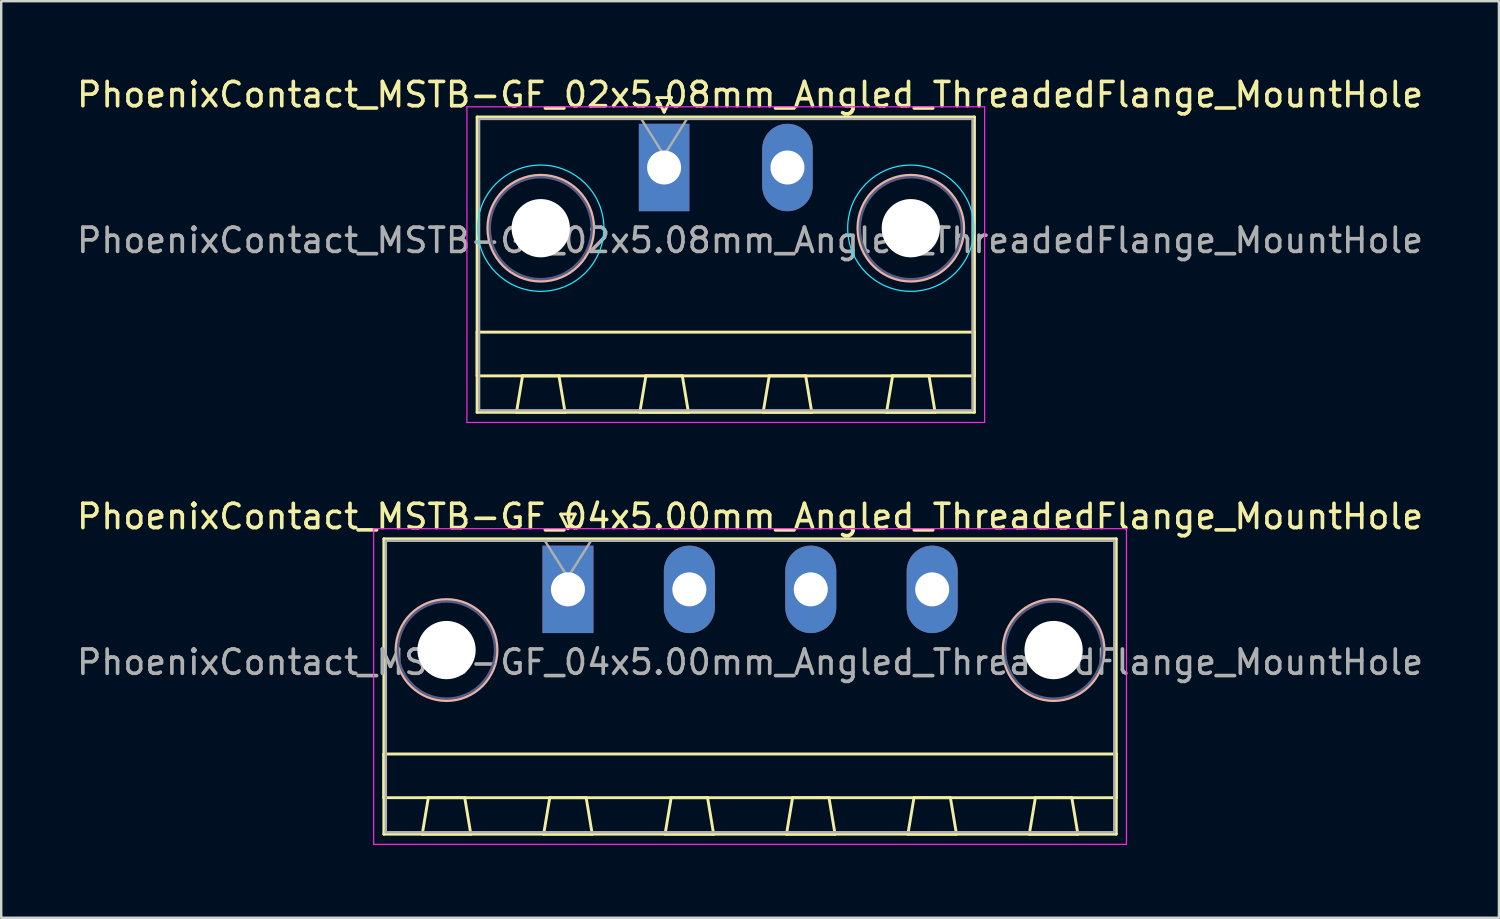
<source format=kicad_pcb>
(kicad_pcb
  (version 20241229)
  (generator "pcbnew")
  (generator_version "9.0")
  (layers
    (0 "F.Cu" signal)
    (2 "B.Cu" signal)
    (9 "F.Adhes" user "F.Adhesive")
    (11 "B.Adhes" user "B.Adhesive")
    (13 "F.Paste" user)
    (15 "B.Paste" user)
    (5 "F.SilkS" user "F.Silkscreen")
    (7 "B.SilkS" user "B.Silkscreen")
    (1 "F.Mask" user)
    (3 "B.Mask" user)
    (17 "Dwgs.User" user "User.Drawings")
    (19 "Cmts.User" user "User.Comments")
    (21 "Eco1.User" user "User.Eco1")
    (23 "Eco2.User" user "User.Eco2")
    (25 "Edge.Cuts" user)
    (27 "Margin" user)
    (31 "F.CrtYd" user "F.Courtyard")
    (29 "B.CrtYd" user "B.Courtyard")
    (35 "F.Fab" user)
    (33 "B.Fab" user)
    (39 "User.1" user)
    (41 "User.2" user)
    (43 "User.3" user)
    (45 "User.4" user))
  (footprint "PhoenixContact_MSTB-GF_02x5.08mm_Angled_ThreadedFlange_MountHole"
    (layer "F.Cu")
    (at 24.299 3.848)
    (property "Reference" "PhoenixContact_MSTB-GF_02x5.08mm_Angled_ThreadedFlange_MountHole" (at 3.54 -3 0) (layer "F.SilkS") (effects (font (size 1 1) (thickness 0.15))))
    (attr through_hole)
    (fp_line (start -7.7 -2.08) (end -7.7 10.08) (stroke (width 0.12) (type solid)) (layer "F.SilkS"))
    (fp_line (start -7.7 6.78) (end 12.78 6.78) (stroke (width 0.12) (type solid)) (layer "F.SilkS"))
    (fp_line (start -7.7 8.58) (end -7.7 6.78) (stroke (width 0.12) (type solid)) (layer "F.SilkS"))
    (fp_line (start -7.7 10.08) (end 12.78 10.08) (stroke (width 0.12) (type solid)) (layer "F.SilkS"))
    (fp_line (start -6.08 10.08) (end -4.08 10.08) (stroke (width 0.12) (type solid)) (layer "F.SilkS"))
    (fp_line (start -5.83 8.58) (end -6.08 10.08) (stroke (width 0.12) (type solid)) (layer "F.SilkS"))
    (fp_line (start -4.33 8.58) (end -5.83 8.58) (stroke (width 0.12) (type solid)) (layer "F.SilkS"))
    (fp_line (start -4.08 10.08) (end -4.33 8.58) (stroke (width 0.12) (type solid)) (layer "F.SilkS"))
    (fp_line (start -1 10.08) (end 1 10.08) (stroke (width 0.12) (type solid)) (layer "F.SilkS"))
    (fp_line (start -0.75 8.58) (end -1 10.08) (stroke (width 0.12) (type solid)) (layer "F.SilkS"))
    (fp_line (start -0.3 -2.88) (end 0.3 -2.88) (stroke (width 0.12) (type solid)) (layer "F.SilkS"))
    (fp_line (start 0 -2.28) (end -0.3 -2.88) (stroke (width 0.12) (type solid)) (layer "F.SilkS"))
    (fp_line (start 0.3 -2.88) (end 0 -2.28) (stroke (width 0.12) (type solid)) (layer "F.SilkS"))
    (fp_line (start 0.75 8.58) (end -0.75 8.58) (stroke (width 0.12) (type solid)) (layer "F.SilkS"))
    (fp_line (start 1 10.08) (end 0.75 8.58) (stroke (width 0.12) (type solid)) (layer "F.SilkS"))
    (fp_line (start 4.08 10.08) (end 6.08 10.08) (stroke (width 0.12) (type solid)) (layer "F.SilkS"))
    (fp_line (start 4.33 8.58) (end 4.08 10.08) (stroke (width 0.12) (type solid)) (layer "F.SilkS"))
    (fp_line (start 5.83 8.58) (end 4.33 8.58) (stroke (width 0.12) (type solid)) (layer "F.SilkS"))
    (fp_line (start 6.08 10.08) (end 5.83 8.58) (stroke (width 0.12) (type solid)) (layer "F.SilkS"))
    (fp_line (start 9.16 10.08) (end 11.16 10.08) (stroke (width 0.12) (type solid)) (layer "F.SilkS"))
    (fp_line (start 9.41 8.58) (end 9.16 10.08) (stroke (width 0.12) (type solid)) (layer "F.SilkS"))
    (fp_line (start 10.91 8.58) (end 9.41 8.58) (stroke (width 0.12) (type solid)) (layer "F.SilkS"))
    (fp_line (start 11.16 10.08) (end 10.91 8.58) (stroke (width 0.12) (type solid)) (layer "F.SilkS"))
    (fp_line (start 12.78 -2.08) (end -7.7 -2.08) (stroke (width 0.12) (type solid)) (layer "F.SilkS"))
    (fp_line (start 12.78 6.78) (end 12.78 8.58) (stroke (width 0.12) (type solid)) (layer "F.SilkS"))
    (fp_line (start 12.78 8.58) (end -7.7 8.58) (stroke (width 0.12) (type solid)) (layer "F.SilkS"))
    (fp_line (start 12.78 10.08) (end 12.78 -2.08) (stroke (width 0.12) (type solid)) (layer "F.SilkS"))
    (fp_circle (center -5.08 2.5) (end -2.9 2.5) (stroke (width 0.12) (type solid)) (fill no) (layer "B.SilkS"))
    (fp_circle (center 10.16 2.5) (end 12.34 2.5) (stroke (width 0.12) (type solid)) (fill no) (layer "B.SilkS"))
    (fp_circle (center -5.08 2.5) (end -2.48 2.5) (stroke (width 0.05) (type solid)) (fill no) (layer "B.CrtYd"))
    (fp_circle (center 10.16 2.5) (end 12.76 2.5) (stroke (width 0.05) (type solid)) (fill no) (layer "B.CrtYd"))
    (fp_line (start -8.12 -2.5) (end -8.12 10.5) (stroke (width 0.05) (type solid)) (layer "F.CrtYd"))
    (fp_line (start -8.12 10.5) (end 13.2 10.5) (stroke (width 0.05) (type solid)) (layer "F.CrtYd"))
    (fp_line (start 13.2 -2.5) (end -8.12 -2.5) (stroke (width 0.05) (type solid)) (layer "F.CrtYd"))
    (fp_line (start 13.2 10.5) (end 13.2 -2.5) (stroke (width 0.05) (type solid)) (layer "F.CrtYd"))
    (fp_circle (center -5.08 2.5) (end -2.98 2.5) (stroke (width 0.1) (type solid)) (fill no) (layer "B.Fab"))
    (fp_circle (center 10.16 2.5) (end 12.26 2.5) (stroke (width 0.1) (type solid)) (fill no) (layer "B.Fab"))
    (fp_line (start -7.62 -2) (end -7.62 10) (stroke (width 0.1) (type solid)) (layer "F.Fab"))
    (fp_line (start -7.62 10) (end 12.7 10) (stroke (width 0.1) (type solid)) (layer "F.Fab"))
    (fp_line (start 0 -0.5) (end -0.94 -2) (stroke (width 0.1) (type solid)) (layer "F.Fab"))
    (fp_line (start 0.94 -2) (end 0 -0.5) (stroke (width 0.1) (type solid)) (layer "F.Fab"))
    (fp_line (start 12.7 -2) (end -7.62 -2) (stroke (width 0.1) (type solid)) (layer "F.Fab"))
    (fp_line (start 12.7 10) (end 12.7 -2) (stroke (width 0.1) (type solid)) (layer "F.Fab"))
    (fp_text user "${REFERENCE}" (at 3.54 3 0) (layer "F.Fab") (effects (font (size 1 1) (thickness 0.15))))
    (pad "" np_thru_hole circle (at -5.08 2.5) (size 2.4 2.4) (drill 2.4) (layers "*.Cu" "*.Mask"))
    (pad "" np_thru_hole circle (at 10.16 2.5) (size 2.4 2.4) (drill 2.4) (layers "*.Cu" "*.Mask"))
    (pad "1" thru_hole rect (at 0 0) (size 2.08 3.6) (drill 1.4) (layers "*.Cu" "*.Mask"))
    (pad "2" thru_hole oval (at 5.08 0) (size 2.08 3.6) (drill 1.4) (layers "*.Cu" "*.Mask")))
  (footprint "PhoenixContact_MSTB-GF_04x5.00mm_Angled_ThreadedFlange_MountHole"
    (layer "F.Cu")
    (at 20.339 21.221)
    (property "Reference" "PhoenixContact_MSTB-GF_04x5.00mm_Angled_ThreadedFlange_MountHole" (at 7.5 -3 0) (layer "F.SilkS") (effects (font (size 1 1) (thickness 0.15))))
    (attr through_hole)
    (fp_line (start -7.58 -2.08) (end -7.58 10.08) (stroke (width 0.12) (type solid)) (layer "F.SilkS"))
    (fp_line (start -7.58 6.78) (end 22.58 6.78) (stroke (width 0.12) (type solid)) (layer "F.SilkS"))
    (fp_line (start -7.58 8.58) (end -7.58 6.78) (stroke (width 0.12) (type solid)) (layer "F.SilkS"))
    (fp_line (start -7.58 10.08) (end 22.58 10.08) (stroke (width 0.12) (type solid)) (layer "F.SilkS"))
    (fp_line (start -6 10.08) (end -4 10.08) (stroke (width 0.12) (type solid)) (layer "F.SilkS"))
    (fp_line (start -5.75 8.58) (end -6 10.08) (stroke (width 0.12) (type solid)) (layer "F.SilkS"))
    (fp_line (start -4.25 8.58) (end -5.75 8.58) (stroke (width 0.12) (type solid)) (layer "F.SilkS"))
    (fp_line (start -4 10.08) (end -4.25 8.58) (stroke (width 0.12) (type solid)) (layer "F.SilkS"))
    (fp_line (start -1 10.08) (end 1 10.08) (stroke (width 0.12) (type solid)) (layer "F.SilkS"))
    (fp_line (start -0.75 8.58) (end -1 10.08) (stroke (width 0.12) (type solid)) (layer "F.SilkS"))
    (fp_line (start -0.3 -3.1) (end 0.3 -3.1) (stroke (width 0.12) (type solid)) (layer "F.SilkS"))
    (fp_line (start 0 -2.5) (end -0.3 -3.1) (stroke (width 0.12) (type solid)) (layer "F.SilkS"))
    (fp_line (start 0.3 -3.1) (end 0 -2.5) (stroke (width 0.12) (type solid)) (layer "F.SilkS"))
    (fp_line (start 0.75 8.58) (end -0.75 8.58) (stroke (width 0.12) (type solid)) (layer "F.SilkS"))
    (fp_line (start 1 10.08) (end 0.75 8.58) (stroke (width 0.12) (type solid)) (layer "F.SilkS"))
    (fp_line (start 4 10.08) (end 6 10.08) (stroke (width 0.12) (type solid)) (layer "F.SilkS"))
    (fp_line (start 4.25 8.58) (end 4 10.08) (stroke (width 0.12) (type solid)) (layer "F.SilkS"))
    (fp_line (start 5.75 8.58) (end 4.25 8.58) (stroke (width 0.12) (type solid)) (layer "F.SilkS"))
    (fp_line (start 6 10.08) (end 5.75 8.58) (stroke (width 0.12) (type solid)) (layer "F.SilkS"))
    (fp_line (start 9 10.08) (end 11 10.08) (stroke (width 0.12) (type solid)) (layer "F.SilkS"))
    (fp_line (start 9.25 8.58) (end 9 10.08) (stroke (width 0.12) (type solid)) (layer "F.SilkS"))
    (fp_line (start 10.75 8.58) (end 9.25 8.58) (stroke (width 0.12) (type solid)) (layer "F.SilkS"))
    (fp_line (start 11 10.08) (end 10.75 8.58) (stroke (width 0.12) (type solid)) (layer "F.SilkS"))
    (fp_line (start 14 10.08) (end 16 10.08) (stroke (width 0.12) (type solid)) (layer "F.SilkS"))
    (fp_line (start 14.25 8.58) (end 14 10.08) (stroke (width 0.12) (type solid)) (layer "F.SilkS"))
    (fp_line (start 15.75 8.58) (end 14.25 8.58) (stroke (width 0.12) (type solid)) (layer "F.SilkS"))
    (fp_line (start 16 10.08) (end 15.75 8.58) (stroke (width 0.12) (type solid)) (layer "F.SilkS"))
    (fp_line (start 19 10.08) (end 21 10.08) (stroke (width 0.12) (type solid)) (layer "F.SilkS"))
    (fp_line (start 19.25 8.58) (end 19 10.08) (stroke (width 0.12) (type solid)) (layer "F.SilkS"))
    (fp_line (start 20.75 8.58) (end 19.25 8.58) (stroke (width 0.12) (type solid)) (layer "F.SilkS"))
    (fp_line (start 21 10.08) (end 20.75 8.58) (stroke (width 0.12) (type solid)) (layer "F.SilkS"))
    (fp_line (start 22.58 -2.08) (end -7.58 -2.08) (stroke (width 0.12) (type solid)) (layer "F.SilkS"))
    (fp_line (start 22.58 6.78) (end 22.58 8.58) (stroke (width 0.12) (type solid)) (layer "F.SilkS"))
    (fp_line (start 22.58 8.58) (end -7.58 8.58) (stroke (width 0.12) (type solid)) (layer "F.SilkS"))
    (fp_line (start 22.58 10.08) (end 22.58 -2.08) (stroke (width 0.12) (type solid)) (layer "F.SilkS"))
    (fp_circle (center -5 2.5) (end -2.92 2.5) (stroke (width 0.12) (type solid)) (fill no) (layer "B.SilkS"))
    (fp_circle (center 20 2.5) (end 22.08 2.5) (stroke (width 0.12) (type solid)) (fill no) (layer "B.SilkS"))
    (fp_line (start -8 -2.5) (end -8 10.5) (stroke (width 0.05) (type solid)) (layer "F.CrtYd"))
    (fp_line (start -8 10.5) (end 23 10.5) (stroke (width 0.05) (type solid)) (layer "F.CrtYd"))
    (fp_line (start 23 -2.5) (end -8 -2.5) (stroke (width 0.05) (type solid)) (layer "F.CrtYd"))
    (fp_line (start 23 10.5) (end 23 -2.5) (stroke (width 0.05) (type solid)) (layer "F.CrtYd"))
    (fp_circle (center -5 2.5) (end -3 2.5) (stroke (width 0.1) (type solid)) (fill no) (layer "B.Fab"))
    (fp_circle (center 20 2.5) (end 22 2.5) (stroke (width 0.1) (type solid)) (fill no) (layer "B.Fab"))
    (fp_line (start -7.5 -2) (end -7.5 10) (stroke (width 0.1) (type solid)) (layer "F.Fab"))
    (fp_line (start -7.5 10) (end 22.5 10) (stroke (width 0.1) (type solid)) (layer "F.Fab"))
    (fp_line (start 0 -0.5) (end -0.95 -2) (stroke (width 0.1) (type solid)) (layer "F.Fab"))
    (fp_line (start 0.95 -2) (end 0 -0.5) (stroke (width 0.1) (type solid)) (layer "F.Fab"))
    (fp_line (start 22.5 -2) (end -7.5 -2) (stroke (width 0.1) (type solid)) (layer "F.Fab"))
    (fp_line (start 22.5 10) (end 22.5 -2) (stroke (width 0.1) (type solid)) (layer "F.Fab"))
    (fp_text user "${REFERENCE}" (at 7.5 3 0) (layer "F.Fab") (effects (font (size 1 1) (thickness 0.15))))
    (pad "" np_thru_hole circle (at -5 2.5) (size 2.4 2.4) (drill 2.4) (layers "*.Cu" "*.Mask"))
    (pad "" np_thru_hole circle (at 20 2.5) (size 2.4 2.4) (drill 2.4) (layers "*.Cu" "*.Mask"))
    (pad "1" thru_hole rect (at 0 0) (size 2.1 3.6) (drill 1.4) (layers "*.Cu" "*.Mask"))
    (pad "2" thru_hole oval (at 5 0) (size 2.1 3.6) (drill 1.4) (layers "*.Cu" "*.Mask"))
    (pad "3" thru_hole oval (at 10 0) (size 2.1 3.6) (drill 1.4) (layers "*.Cu" "*.Mask"))
    (pad "4" thru_hole oval (at 15 0) (size 2.1 3.6) (drill 1.4) (layers "*.Cu" "*.Mask")))
  (gr_rect
    (start -3 -3)
    (end 58.679 34.746)
    (stroke (width 0.1) (type default))
    (fill no)
    (layer "Edge.Cuts")))
</source>
